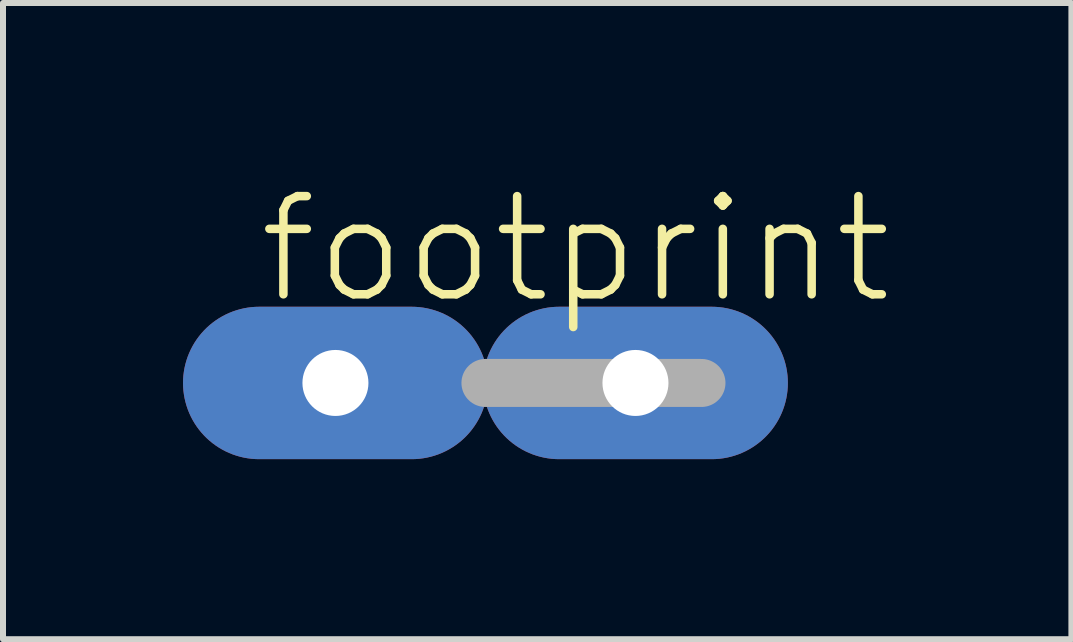
<source format=kicad_pcb>
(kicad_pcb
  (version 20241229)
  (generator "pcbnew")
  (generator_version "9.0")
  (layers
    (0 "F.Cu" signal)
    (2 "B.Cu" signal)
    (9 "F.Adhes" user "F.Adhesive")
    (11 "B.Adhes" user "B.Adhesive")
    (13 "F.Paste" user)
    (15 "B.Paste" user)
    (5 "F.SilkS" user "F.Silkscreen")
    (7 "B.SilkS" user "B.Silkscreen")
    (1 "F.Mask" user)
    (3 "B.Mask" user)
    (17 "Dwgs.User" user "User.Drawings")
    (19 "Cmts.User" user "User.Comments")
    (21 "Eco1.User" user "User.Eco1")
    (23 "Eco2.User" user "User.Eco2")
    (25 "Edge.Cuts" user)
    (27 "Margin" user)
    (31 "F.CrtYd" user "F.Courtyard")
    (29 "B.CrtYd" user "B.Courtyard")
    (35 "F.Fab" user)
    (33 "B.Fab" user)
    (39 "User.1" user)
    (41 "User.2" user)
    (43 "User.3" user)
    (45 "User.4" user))
  (footprint "footprint"
    (layer "F.Cu")
    (at 5.04 3.332)
    (property "Reference" "footprint" (at -3.85 -1.27 0) (layer "F.SilkS") (effects (font (size 1.636 1.636) (thickness 0.142)) (justify left bottom)))
    (fp_line (start 0 0) (end 3.6 0) (stroke (width 0.8) (type solid)) (layer "F.Fab"))
    (pad "1A" thru_hole oval (at -2.5 0) (size 5.08 2.54) (drill 1.1) (layers "*.Cu" "*.Mask"))
    (pad "1B" thru_hole oval (at 2.5 0) (size 5.08 2.54) (drill 1.1) (layers "*.Cu" "*.Mask")))
  (gr_rect
    (start -3 -3)
    (end 14.805 7.602)
    (stroke (width 0.1) (type default))
    (fill no)
    (layer "Edge.Cuts")))
</source>
